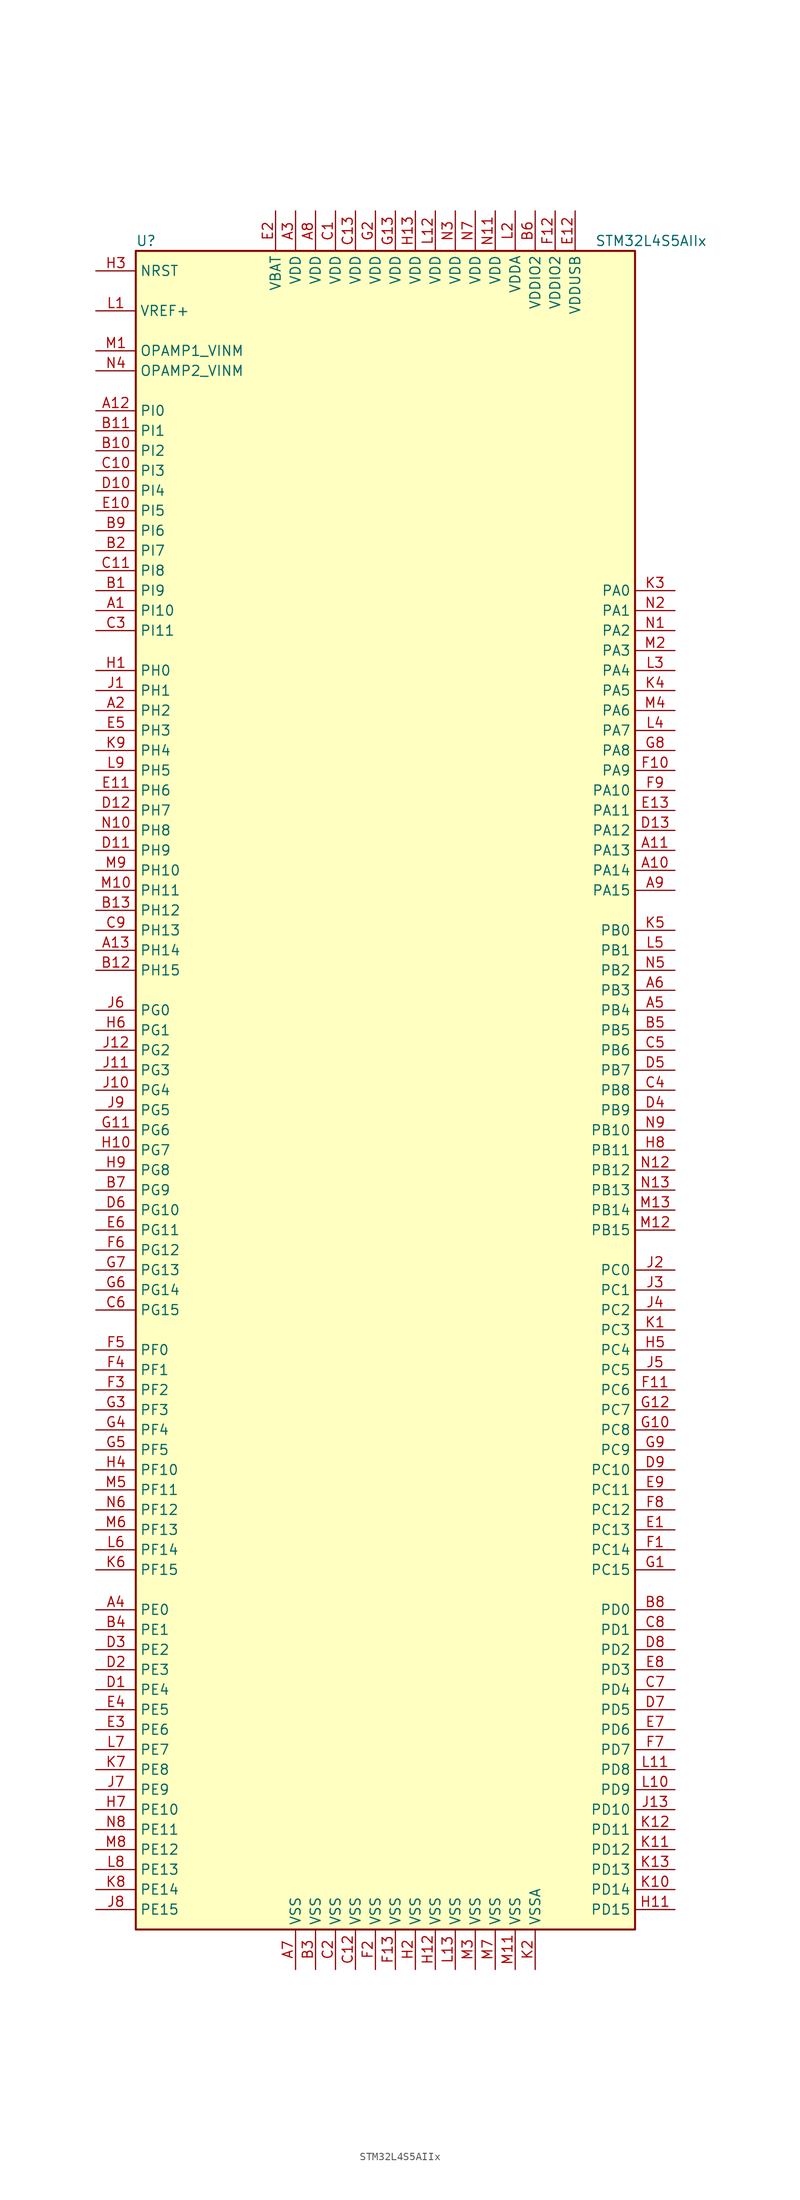
<source format=kicad_sym>
(kicad_symbol_lib
  (version 20201005)
  (generator kicad_symbol_editor)
  (symbol "STM32L4S5AIIx"
    (property "Reference" "U"
      (at -33.02 107.95 0)
      (effects (font (size 1.27 1.27)) (justify left)))
    (property "Value" "STM32L4S5AIIx"
      (at 25.4 107.95 0)
      (effects (font (size 1.27 1.27)) (justify left)))
    (symbol "STM32L4S5AIIx_0_1"
      (rectangle (start -33.02 -106.68) (end 30.48 106.68) (stroke (width 0.254)) (fill (type background))))
    (symbol "STM32L4S5AIIx_1_1"
      (pin bidirectional line (at -38.1 60.96 0) (length 5.08) (name "PI10" (effects (font (size 1.27 1.27)))) (number "A1" (effects (font (size 1.27 1.27)))))
      (pin bidirectional line (at 35.56 27.94 180) (length 5.08) (name "PA14" (effects (font (size 1.27 1.27)))) (number "A10" (effects (font (size 1.27 1.27)))))
      (pin bidirectional line (at 35.56 30.48 180) (length 5.08) (name "PA13" (effects (font (size 1.27 1.27)))) (number "A11" (effects (font (size 1.27 1.27)))))
      (pin bidirectional line (at -38.1 86.36 0) (length 5.08) (name "PI0" (effects (font (size 1.27 1.27)))) (number "A12" (effects (font (size 1.27 1.27)))))
      (pin bidirectional line (at -38.1 17.78 0) (length 5.08) (name "PH14" (effects (font (size 1.27 1.27)))) (number "A13" (effects (font (size 1.27 1.27)))))
      (pin bidirectional line (at -38.1 48.26 0) (length 5.08) (name "PH2" (effects (font (size 1.27 1.27)))) (number "A2" (effects (font (size 1.27 1.27)))))
      (pin power_in line (at -12.7 111.76 270) (length 5.08) (name "VDD" (effects (font (size 1.27 1.27)))) (number "A3" (effects (font (size 1.27 1.27)))))
      (pin bidirectional line (at -38.1 -66.04 0) (length 5.08) (name "PE0" (effects (font (size 1.27 1.27)))) (number "A4" (effects (font (size 1.27 1.27)))))
      (pin bidirectional line (at 35.56 10.16 180) (length 5.08) (name "PB4" (effects (font (size 1.27 1.27)))) (number "A5" (effects (font (size 1.27 1.27)))))
      (pin bidirectional line (at 35.56 12.7 180) (length 5.08) (name "PB3" (effects (font (size 1.27 1.27)))) (number "A6" (effects (font (size 1.27 1.27)))))
      (pin power_in line (at -12.7 -111.76 90) (length 5.08) (name "VSS" (effects (font (size 1.27 1.27)))) (number "A7" (effects (font (size 1.27 1.27)))))
      (pin power_in line (at -10.16 111.76 270) (length 5.08) (name "VDD" (effects (font (size 1.27 1.27)))) (number "A8" (effects (font (size 1.27 1.27)))))
      (pin bidirectional line (at 35.56 25.4 180) (length 5.08) (name "PA15" (effects (font (size 1.27 1.27)))) (number "A9" (effects (font (size 1.27 1.27)))))
      (pin bidirectional line (at -38.1 63.5 0) (length 5.08) (name "PI9" (effects (font (size 1.27 1.27)))) (number "B1" (effects (font (size 1.27 1.27)))))
      (pin bidirectional line (at -38.1 81.28 0) (length 5.08) (name "PI2" (effects (font (size 1.27 1.27)))) (number "B10" (effects (font (size 1.27 1.27)))))
      (pin bidirectional line (at -38.1 83.82 0) (length 5.08) (name "PI1" (effects (font (size 1.27 1.27)))) (number "B11" (effects (font (size 1.27 1.27)))))
      (pin bidirectional line (at -38.1 15.24 0) (length 5.08) (name "PH15" (effects (font (size 1.27 1.27)))) (number "B12" (effects (font (size 1.27 1.27)))))
      (pin bidirectional line (at -38.1 22.86 0) (length 5.08) (name "PH12" (effects (font (size 1.27 1.27)))) (number "B13" (effects (font (size 1.27 1.27)))))
      (pin bidirectional line (at -38.1 68.58 0) (length 5.08) (name "PI7" (effects (font (size 1.27 1.27)))) (number "B2" (effects (font (size 1.27 1.27)))))
      (pin power_in line (at -10.16 -111.76 90) (length 5.08) (name "VSS" (effects (font (size 1.27 1.27)))) (number "B3" (effects (font (size 1.27 1.27)))))
      (pin bidirectional line (at -38.1 -68.58 0) (length 5.08) (name "PE1" (effects (font (size 1.27 1.27)))) (number "B4" (effects (font (size 1.27 1.27)))))
      (pin bidirectional line (at 35.56 7.62 180) (length 5.08) (name "PB5" (effects (font (size 1.27 1.27)))) (number "B5" (effects (font (size 1.27 1.27)))))
      (pin power_in line (at 17.78 111.76 270) (length 5.08) (name "VDDIO2" (effects (font (size 1.27 1.27)))) (number "B6" (effects (font (size 1.27 1.27)))))
      (pin bidirectional line (at -38.1 -12.7 0) (length 5.08) (name "PG9" (effects (font (size 1.27 1.27)))) (number "B7" (effects (font (size 1.27 1.27)))))
      (pin bidirectional line (at 35.56 -66.04 180) (length 5.08) (name "PD0" (effects (font (size 1.27 1.27)))) (number "B8" (effects (font (size 1.27 1.27)))))
      (pin bidirectional line (at -38.1 71.12 0) (length 5.08) (name "PI6" (effects (font (size 1.27 1.27)))) (number "B9" (effects (font (size 1.27 1.27)))))
      (pin power_in line (at -7.62 111.76 270) (length 5.08) (name "VDD" (effects (font (size 1.27 1.27)))) (number "C1" (effects (font (size 1.27 1.27)))))
      (pin bidirectional line (at -38.1 78.74 0) (length 5.08) (name "PI3" (effects (font (size 1.27 1.27)))) (number "C10" (effects (font (size 1.27 1.27)))))
      (pin bidirectional line (at -38.1 66.04 0) (length 5.08) (name "PI8" (effects (font (size 1.27 1.27)))) (number "C11" (effects (font (size 1.27 1.27)))))
      (pin power_in line (at -5.08 -111.76 90) (length 5.08) (name "VSS" (effects (font (size 1.27 1.27)))) (number "C12" (effects (font (size 1.27 1.27)))))
      (pin power_in line (at -5.08 111.76 270) (length 5.08) (name "VDD" (effects (font (size 1.27 1.27)))) (number "C13" (effects (font (size 1.27 1.27)))))
      (pin power_in line (at -7.62 -111.76 90) (length 5.08) (name "VSS" (effects (font (size 1.27 1.27)))) (number "C2" (effects (font (size 1.27 1.27)))))
      (pin bidirectional line (at -38.1 58.42 0) (length 5.08) (name "PI11" (effects (font (size 1.27 1.27)))) (number "C3" (effects (font (size 1.27 1.27)))))
      (pin bidirectional line (at 35.56 0 180) (length 5.08) (name "PB8" (effects (font (size 1.27 1.27)))) (number "C4" (effects (font (size 1.27 1.27)))))
      (pin bidirectional line (at 35.56 5.08 180) (length 5.08) (name "PB6" (effects (font (size 1.27 1.27)))) (number "C5" (effects (font (size 1.27 1.27)))))
      (pin bidirectional line (at -38.1 -27.94 0) (length 5.08) (name "PG15" (effects (font (size 1.27 1.27)))) (number "C6" (effects (font (size 1.27 1.27)))))
      (pin bidirectional line (at 35.56 -76.2 180) (length 5.08) (name "PD4" (effects (font (size 1.27 1.27)))) (number "C7" (effects (font (size 1.27 1.27)))))
      (pin bidirectional line (at 35.56 -68.58 180) (length 5.08) (name "PD1" (effects (font (size 1.27 1.27)))) (number "C8" (effects (font (size 1.27 1.27)))))
      (pin bidirectional line (at -38.1 20.32 0) (length 5.08) (name "PH13" (effects (font (size 1.27 1.27)))) (number "C9" (effects (font (size 1.27 1.27)))))
      (pin bidirectional line (at -38.1 -76.2 0) (length 5.08) (name "PE4" (effects (font (size 1.27 1.27)))) (number "D1" (effects (font (size 1.27 1.27)))))
      (pin bidirectional line (at -38.1 76.2 0) (length 5.08) (name "PI4" (effects (font (size 1.27 1.27)))) (number "D10" (effects (font (size 1.27 1.27)))))
      (pin bidirectional line (at -38.1 30.48 0) (length 5.08) (name "PH9" (effects (font (size 1.27 1.27)))) (number "D11" (effects (font (size 1.27 1.27)))))
      (pin bidirectional line (at -38.1 35.56 0) (length 5.08) (name "PH7" (effects (font (size 1.27 1.27)))) (number "D12" (effects (font (size 1.27 1.27)))))
      (pin bidirectional line (at 35.56 33.02 180) (length 5.08) (name "PA12" (effects (font (size 1.27 1.27)))) (number "D13" (effects (font (size 1.27 1.27)))))
      (pin bidirectional line (at -38.1 -73.66 0) (length 5.08) (name "PE3" (effects (font (size 1.27 1.27)))) (number "D2" (effects (font (size 1.27 1.27)))))
      (pin bidirectional line (at -38.1 -71.12 0) (length 5.08) (name "PE2" (effects (font (size 1.27 1.27)))) (number "D3" (effects (font (size 1.27 1.27)))))
      (pin bidirectional line (at 35.56 -2.54 180) (length 5.08) (name "PB9" (effects (font (size 1.27 1.27)))) (number "D4" (effects (font (size 1.27 1.27)))))
      (pin bidirectional line (at 35.56 2.54 180) (length 5.08) (name "PB7" (effects (font (size 1.27 1.27)))) (number "D5" (effects (font (size 1.27 1.27)))))
      (pin bidirectional line (at -38.1 -15.24 0) (length 5.08) (name "PG10" (effects (font (size 1.27 1.27)))) (number "D6" (effects (font (size 1.27 1.27)))))
      (pin bidirectional line (at 35.56 -78.74 180) (length 5.08) (name "PD5" (effects (font (size 1.27 1.27)))) (number "D7" (effects (font (size 1.27 1.27)))))
      (pin bidirectional line (at 35.56 -71.12 180) (length 5.08) (name "PD2" (effects (font (size 1.27 1.27)))) (number "D8" (effects (font (size 1.27 1.27)))))
      (pin bidirectional line (at 35.56 -48.26 180) (length 5.08) (name "PC10" (effects (font (size 1.27 1.27)))) (number "D9" (effects (font (size 1.27 1.27)))))
      (pin bidirectional line (at 35.56 -55.88 180) (length 5.08) (name "PC13" (effects (font (size 1.27 1.27)))) (number "E1" (effects (font (size 1.27 1.27)))))
      (pin bidirectional line (at -38.1 73.66 0) (length 5.08) (name "PI5" (effects (font (size 1.27 1.27)))) (number "E10" (effects (font (size 1.27 1.27)))))
      (pin bidirectional line (at -38.1 38.1 0) (length 5.08) (name "PH6" (effects (font (size 1.27 1.27)))) (number "E11" (effects (font (size 1.27 1.27)))))
      (pin power_in line (at 22.86 111.76 270) (length 5.08) (name "VDDUSB" (effects (font (size 1.27 1.27)))) (number "E12" (effects (font (size 1.27 1.27)))))
      (pin bidirectional line (at 35.56 35.56 180) (length 5.08) (name "PA11" (effects (font (size 1.27 1.27)))) (number "E13" (effects (font (size 1.27 1.27)))))
      (pin power_in line (at -15.24 111.76 270) (length 5.08) (name "VBAT" (effects (font (size 1.27 1.27)))) (number "E2" (effects (font (size 1.27 1.27)))))
      (pin bidirectional line (at -38.1 -81.28 0) (length 5.08) (name "PE6" (effects (font (size 1.27 1.27)))) (number "E3" (effects (font (size 1.27 1.27)))))
      (pin bidirectional line (at -38.1 -78.74 0) (length 5.08) (name "PE5" (effects (font (size 1.27 1.27)))) (number "E4" (effects (font (size 1.27 1.27)))))
      (pin bidirectional line (at -38.1 45.72 0) (length 5.08) (name "PH3" (effects (font (size 1.27 1.27)))) (number "E5" (effects (font (size 1.27 1.27)))))
      (pin bidirectional line (at -38.1 -17.78 0) (length 5.08) (name "PG11" (effects (font (size 1.27 1.27)))) (number "E6" (effects (font (size 1.27 1.27)))))
      (pin bidirectional line (at 35.56 -81.28 180) (length 5.08) (name "PD6" (effects (font (size 1.27 1.27)))) (number "E7" (effects (font (size 1.27 1.27)))))
      (pin bidirectional line (at 35.56 -73.66 180) (length 5.08) (name "PD3" (effects (font (size 1.27 1.27)))) (number "E8" (effects (font (size 1.27 1.27)))))
      (pin bidirectional line (at 35.56 -50.8 180) (length 5.08) (name "PC11" (effects (font (size 1.27 1.27)))) (number "E9" (effects (font (size 1.27 1.27)))))
      (pin bidirectional line (at 35.56 -58.42 180) (length 5.08) (name "PC14" (effects (font (size 1.27 1.27)))) (number "F1" (effects (font (size 1.27 1.27)))))
      (pin bidirectional line (at 35.56 40.64 180) (length 5.08) (name "PA9" (effects (font (size 1.27 1.27)))) (number "F10" (effects (font (size 1.27 1.27)))))
      (pin bidirectional line (at 35.56 -38.1 180) (length 5.08) (name "PC6" (effects (font (size 1.27 1.27)))) (number "F11" (effects (font (size 1.27 1.27)))))
      (pin power_in line (at 20.32 111.76 270) (length 5.08) (name "VDDIO2" (effects (font (size 1.27 1.27)))) (number "F12" (effects (font (size 1.27 1.27)))))
      (pin power_in line (at 0 -111.76 90) (length 5.08) (name "VSS" (effects (font (size 1.27 1.27)))) (number "F13" (effects (font (size 1.27 1.27)))))
      (pin power_in line (at -2.54 -111.76 90) (length 5.08) (name "VSS" (effects (font (size 1.27 1.27)))) (number "F2" (effects (font (size 1.27 1.27)))))
      (pin bidirectional line (at -38.1 -38.1 0) (length 5.08) (name "PF2" (effects (font (size 1.27 1.27)))) (number "F3" (effects (font (size 1.27 1.27)))))
      (pin bidirectional line (at -38.1 -35.56 0) (length 5.08) (name "PF1" (effects (font (size 1.27 1.27)))) (number "F4" (effects (font (size 1.27 1.27)))))
      (pin bidirectional line (at -38.1 -33.02 0) (length 5.08) (name "PF0" (effects (font (size 1.27 1.27)))) (number "F5" (effects (font (size 1.27 1.27)))))
      (pin bidirectional line (at -38.1 -20.32 0) (length 5.08) (name "PG12" (effects (font (size 1.27 1.27)))) (number "F6" (effects (font (size 1.27 1.27)))))
      (pin bidirectional line (at 35.56 -83.82 180) (length 5.08) (name "PD7" (effects (font (size 1.27 1.27)))) (number "F7" (effects (font (size 1.27 1.27)))))
      (pin bidirectional line (at 35.56 -53.34 180) (length 5.08) (name "PC12" (effects (font (size 1.27 1.27)))) (number "F8" (effects (font (size 1.27 1.27)))))
      (pin bidirectional line (at 35.56 38.1 180) (length 5.08) (name "PA10" (effects (font (size 1.27 1.27)))) (number "F9" (effects (font (size 1.27 1.27)))))
      (pin bidirectional line (at 35.56 -60.96 180) (length 5.08) (name "PC15" (effects (font (size 1.27 1.27)))) (number "G1" (effects (font (size 1.27 1.27)))))
      (pin bidirectional line (at 35.56 -43.18 180) (length 5.08) (name "PC8" (effects (font (size 1.27 1.27)))) (number "G10" (effects (font (size 1.27 1.27)))))
      (pin bidirectional line (at -38.1 -5.08 0) (length 5.08) (name "PG6" (effects (font (size 1.27 1.27)))) (number "G11" (effects (font (size 1.27 1.27)))))
      (pin bidirectional line (at 35.56 -40.64 180) (length 5.08) (name "PC7" (effects (font (size 1.27 1.27)))) (number "G12" (effects (font (size 1.27 1.27)))))
      (pin power_in line (at 0 111.76 270) (length 5.08) (name "VDD" (effects (font (size 1.27 1.27)))) (number "G13" (effects (font (size 1.27 1.27)))))
      (pin power_in line (at -2.54 111.76 270) (length 5.08) (name "VDD" (effects (font (size 1.27 1.27)))) (number "G2" (effects (font (size 1.27 1.27)))))
      (pin bidirectional line (at -38.1 -40.64 0) (length 5.08) (name "PF3" (effects (font (size 1.27 1.27)))) (number "G3" (effects (font (size 1.27 1.27)))))
      (pin bidirectional line (at -38.1 -43.18 0) (length 5.08) (name "PF4" (effects (font (size 1.27 1.27)))) (number "G4" (effects (font (size 1.27 1.27)))))
      (pin bidirectional line (at -38.1 -45.72 0) (length 5.08) (name "PF5" (effects (font (size 1.27 1.27)))) (number "G5" (effects (font (size 1.27 1.27)))))
      (pin bidirectional line (at -38.1 -25.4 0) (length 5.08) (name "PG14" (effects (font (size 1.27 1.27)))) (number "G6" (effects (font (size 1.27 1.27)))))
      (pin bidirectional line (at -38.1 -22.86 0) (length 5.08) (name "PG13" (effects (font (size 1.27 1.27)))) (number "G7" (effects (font (size 1.27 1.27)))))
      (pin bidirectional line (at 35.56 43.18 180) (length 5.08) (name "PA8" (effects (font (size 1.27 1.27)))) (number "G8" (effects (font (size 1.27 1.27)))))
      (pin bidirectional line (at 35.56 -45.72 180) (length 5.08) (name "PC9" (effects (font (size 1.27 1.27)))) (number "G9" (effects (font (size 1.27 1.27)))))
      (pin input line (at -38.1 53.34 0) (length 5.08) (name "PH0" (effects (font (size 1.27 1.27)))) (number "H1" (effects (font (size 1.27 1.27)))))
      (pin bidirectional line (at -38.1 -7.62 0) (length 5.08) (name "PG7" (effects (font (size 1.27 1.27)))) (number "H10" (effects (font (size 1.27 1.27)))))
      (pin bidirectional line (at 35.56 -104.14 180) (length 5.08) (name "PD15" (effects (font (size 1.27 1.27)))) (number "H11" (effects (font (size 1.27 1.27)))))
      (pin power_in line (at 5.08 -111.76 90) (length 5.08) (name "VSS" (effects (font (size 1.27 1.27)))) (number "H12" (effects (font (size 1.27 1.27)))))
      (pin power_in line (at 2.54 111.76 270) (length 5.08) (name "VDD" (effects (font (size 1.27 1.27)))) (number "H13" (effects (font (size 1.27 1.27)))))
      (pin power_in line (at 2.54 -111.76 90) (length 5.08) (name "VSS" (effects (font (size 1.27 1.27)))) (number "H2" (effects (font (size 1.27 1.27)))))
      (pin input line (at -38.1 104.14 0) (length 5.08) (name "NRST" (effects (font (size 1.27 1.27)))) (number "H3" (effects (font (size 1.27 1.27)))))
      (pin bidirectional line (at -38.1 -48.26 0) (length 5.08) (name "PF10" (effects (font (size 1.27 1.27)))) (number "H4" (effects (font (size 1.27 1.27)))))
      (pin bidirectional line (at 35.56 -33.02 180) (length 5.08) (name "PC4" (effects (font (size 1.27 1.27)))) (number "H5" (effects (font (size 1.27 1.27)))))
      (pin bidirectional line (at -38.1 7.62 0) (length 5.08) (name "PG1" (effects (font (size 1.27 1.27)))) (number "H6" (effects (font (size 1.27 1.27)))))
      (pin bidirectional line (at -38.1 -91.44 0) (length 5.08) (name "PE10" (effects (font (size 1.27 1.27)))) (number "H7" (effects (font (size 1.27 1.27)))))
      (pin bidirectional line (at 35.56 -7.62 180) (length 5.08) (name "PB11" (effects (font (size 1.27 1.27)))) (number "H8" (effects (font (size 1.27 1.27)))))
      (pin bidirectional line (at -38.1 -10.16 0) (length 5.08) (name "PG8" (effects (font (size 1.27 1.27)))) (number "H9" (effects (font (size 1.27 1.27)))))
      (pin input line (at -38.1 50.8 0) (length 5.08) (name "PH1" (effects (font (size 1.27 1.27)))) (number "J1" (effects (font (size 1.27 1.27)))))
      (pin bidirectional line (at -38.1 0 0) (length 5.08) (name "PG4" (effects (font (size 1.27 1.27)))) (number "J10" (effects (font (size 1.27 1.27)))))
      (pin bidirectional line (at -38.1 2.54 0) (length 5.08) (name "PG3" (effects (font (size 1.27 1.27)))) (number "J11" (effects (font (size 1.27 1.27)))))
      (pin bidirectional line (at -38.1 5.08 0) (length 5.08) (name "PG2" (effects (font (size 1.27 1.27)))) (number "J12" (effects (font (size 1.27 1.27)))))
      (pin bidirectional line (at 35.56 -91.44 180) (length 5.08) (name "PD10" (effects (font (size 1.27 1.27)))) (number "J13" (effects (font (size 1.27 1.27)))))
      (pin bidirectional line (at 35.56 -22.86 180) (length 5.08) (name "PC0" (effects (font (size 1.27 1.27)))) (number "J2" (effects (font (size 1.27 1.27)))))
      (pin bidirectional line (at 35.56 -25.4 180) (length 5.08) (name "PC1" (effects (font (size 1.27 1.27)))) (number "J3" (effects (font (size 1.27 1.27)))))
      (pin bidirectional line (at 35.56 -27.94 180) (length 5.08) (name "PC2" (effects (font (size 1.27 1.27)))) (number "J4" (effects (font (size 1.27 1.27)))))
      (pin bidirectional line (at 35.56 -35.56 180) (length 5.08) (name "PC5" (effects (font (size 1.27 1.27)))) (number "J5" (effects (font (size 1.27 1.27)))))
      (pin bidirectional line (at -38.1 10.16 0) (length 5.08) (name "PG0" (effects (font (size 1.27 1.27)))) (number "J6" (effects (font (size 1.27 1.27)))))
      (pin bidirectional line (at -38.1 -88.9 0) (length 5.08) (name "PE9" (effects (font (size 1.27 1.27)))) (number "J7" (effects (font (size 1.27 1.27)))))
      (pin bidirectional line (at -38.1 -104.14 0) (length 5.08) (name "PE15" (effects (font (size 1.27 1.27)))) (number "J8" (effects (font (size 1.27 1.27)))))
      (pin bidirectional line (at -38.1 -2.54 0) (length 5.08) (name "PG5" (effects (font (size 1.27 1.27)))) (number "J9" (effects (font (size 1.27 1.27)))))
      (pin bidirectional line (at 35.56 -30.48 180) (length 5.08) (name "PC3" (effects (font (size 1.27 1.27)))) (number "K1" (effects (font (size 1.27 1.27)))))
      (pin bidirectional line (at 35.56 -101.6 180) (length 5.08) (name "PD14" (effects (font (size 1.27 1.27)))) (number "K10" (effects (font (size 1.27 1.27)))))
      (pin bidirectional line (at 35.56 -96.52 180) (length 5.08) (name "PD12" (effects (font (size 1.27 1.27)))) (number "K11" (effects (font (size 1.27 1.27)))))
      (pin bidirectional line (at 35.56 -93.98 180) (length 5.08) (name "PD11" (effects (font (size 1.27 1.27)))) (number "K12" (effects (font (size 1.27 1.27)))))
      (pin bidirectional line (at 35.56 -99.06 180) (length 5.08) (name "PD13" (effects (font (size 1.27 1.27)))) (number "K13" (effects (font (size 1.27 1.27)))))
      (pin power_in line (at 17.78 -111.76 90) (length 5.08) (name "VSSA" (effects (font (size 1.27 1.27)))) (number "K2" (effects (font (size 1.27 1.27)))))
      (pin bidirectional line (at 35.56 63.5 180) (length 5.08) (name "PA0" (effects (font (size 1.27 1.27)))) (number "K3" (effects (font (size 1.27 1.27)))))
      (pin bidirectional line (at 35.56 50.8 180) (length 5.08) (name "PA5" (effects (font (size 1.27 1.27)))) (number "K4" (effects (font (size 1.27 1.27)))))
      (pin bidirectional line (at 35.56 20.32 180) (length 5.08) (name "PB0" (effects (font (size 1.27 1.27)))) (number "K5" (effects (font (size 1.27 1.27)))))
      (pin bidirectional line (at -38.1 -60.96 0) (length 5.08) (name "PF15" (effects (font (size 1.27 1.27)))) (number "K6" (effects (font (size 1.27 1.27)))))
      (pin bidirectional line (at -38.1 -86.36 0) (length 5.08) (name "PE8" (effects (font (size 1.27 1.27)))) (number "K7" (effects (font (size 1.27 1.27)))))
      (pin bidirectional line (at -38.1 -101.6 0) (length 5.08) (name "PE14" (effects (font (size 1.27 1.27)))) (number "K8" (effects (font (size 1.27 1.27)))))
      (pin bidirectional line (at -38.1 43.18 0) (length 5.08) (name "PH4" (effects (font (size 1.27 1.27)))) (number "K9" (effects (font (size 1.27 1.27)))))
      (pin bidirectional line (at -38.1 99.06 0) (length 5.08) (name "VREF+" (effects (font (size 1.27 1.27)))) (number "L1" (effects (font (size 1.27 1.27)))))
      (pin bidirectional line (at 35.56 -88.9 180) (length 5.08) (name "PD9" (effects (font (size 1.27 1.27)))) (number "L10" (effects (font (size 1.27 1.27)))))
      (pin bidirectional line (at 35.56 -86.36 180) (length 5.08) (name "PD8" (effects (font (size 1.27 1.27)))) (number "L11" (effects (font (size 1.27 1.27)))))
      (pin power_in line (at 5.08 111.76 270) (length 5.08) (name "VDD" (effects (font (size 1.27 1.27)))) (number "L12" (effects (font (size 1.27 1.27)))))
      (pin power_in line (at 7.62 -111.76 90) (length 5.08) (name "VSS" (effects (font (size 1.27 1.27)))) (number "L13" (effects (font (size 1.27 1.27)))))
      (pin power_in line (at 15.24 111.76 270) (length 5.08) (name "VDDA" (effects (font (size 1.27 1.27)))) (number "L2" (effects (font (size 1.27 1.27)))))
      (pin bidirectional line (at 35.56 53.34 180) (length 5.08) (name "PA4" (effects (font (size 1.27 1.27)))) (number "L3" (effects (font (size 1.27 1.27)))))
      (pin bidirectional line (at 35.56 45.72 180) (length 5.08) (name "PA7" (effects (font (size 1.27 1.27)))) (number "L4" (effects (font (size 1.27 1.27)))))
      (pin bidirectional line (at 35.56 17.78 180) (length 5.08) (name "PB1" (effects (font (size 1.27 1.27)))) (number "L5" (effects (font (size 1.27 1.27)))))
      (pin bidirectional line (at -38.1 -58.42 0) (length 5.08) (name "PF14" (effects (font (size 1.27 1.27)))) (number "L6" (effects (font (size 1.27 1.27)))))
      (pin bidirectional line (at -38.1 -83.82 0) (length 5.08) (name "PE7" (effects (font (size 1.27 1.27)))) (number "L7" (effects (font (size 1.27 1.27)))))
      (pin bidirectional line (at -38.1 -99.06 0) (length 5.08) (name "PE13" (effects (font (size 1.27 1.27)))) (number "L8" (effects (font (size 1.27 1.27)))))
      (pin bidirectional line (at -38.1 40.64 0) (length 5.08) (name "PH5" (effects (font (size 1.27 1.27)))) (number "L9" (effects (font (size 1.27 1.27)))))
      (pin bidirectional line (at -38.1 93.98 0) (length 5.08) (name "OPAMP1_VINM" (effects (font (size 1.27 1.27)))) (number "M1" (effects (font (size 1.27 1.27)))))
      (pin bidirectional line (at -38.1 25.4 0) (length 5.08) (name "PH11" (effects (font (size 1.27 1.27)))) (number "M10" (effects (font (size 1.27 1.27)))))
      (pin power_in line (at 15.24 -111.76 90) (length 5.08) (name "VSS" (effects (font (size 1.27 1.27)))) (number "M11" (effects (font (size 1.27 1.27)))))
      (pin bidirectional line (at 35.56 -17.78 180) (length 5.08) (name "PB15" (effects (font (size 1.27 1.27)))) (number "M12" (effects (font (size 1.27 1.27)))))
      (pin bidirectional line (at 35.56 -15.24 180) (length 5.08) (name "PB14" (effects (font (size 1.27 1.27)))) (number "M13" (effects (font (size 1.27 1.27)))))
      (pin bidirectional line (at 35.56 55.88 180) (length 5.08) (name "PA3" (effects (font (size 1.27 1.27)))) (number "M2" (effects (font (size 1.27 1.27)))))
      (pin power_in line (at 10.16 -111.76 90) (length 5.08) (name "VSS" (effects (font (size 1.27 1.27)))) (number "M3" (effects (font (size 1.27 1.27)))))
      (pin bidirectional line (at 35.56 48.26 180) (length 5.08) (name "PA6" (effects (font (size 1.27 1.27)))) (number "M4" (effects (font (size 1.27 1.27)))))
      (pin bidirectional line (at -38.1 -50.8 0) (length 5.08) (name "PF11" (effects (font (size 1.27 1.27)))) (number "M5" (effects (font (size 1.27 1.27)))))
      (pin bidirectional line (at -38.1 -55.88 0) (length 5.08) (name "PF13" (effects (font (size 1.27 1.27)))) (number "M6" (effects (font (size 1.27 1.27)))))
      (pin power_in line (at 12.7 -111.76 90) (length 5.08) (name "VSS" (effects (font (size 1.27 1.27)))) (number "M7" (effects (font (size 1.27 1.27)))))
      (pin bidirectional line (at -38.1 -96.52 0) (length 5.08) (name "PE12" (effects (font (size 1.27 1.27)))) (number "M8" (effects (font (size 1.27 1.27)))))
      (pin bidirectional line (at -38.1 27.94 0) (length 5.08) (name "PH10" (effects (font (size 1.27 1.27)))) (number "M9" (effects (font (size 1.27 1.27)))))
      (pin bidirectional line (at 35.56 58.42 180) (length 5.08) (name "PA2" (effects (font (size 1.27 1.27)))) (number "N1" (effects (font (size 1.27 1.27)))))
      (pin bidirectional line (at -38.1 33.02 0) (length 5.08) (name "PH8" (effects (font (size 1.27 1.27)))) (number "N10" (effects (font (size 1.27 1.27)))))
      (pin power_in line (at 12.7 111.76 270) (length 5.08) (name "VDD" (effects (font (size 1.27 1.27)))) (number "N11" (effects (font (size 1.27 1.27)))))
      (pin bidirectional line (at 35.56 -10.16 180) (length 5.08) (name "PB12" (effects (font (size 1.27 1.27)))) (number "N12" (effects (font (size 1.27 1.27)))))
      (pin bidirectional line (at 35.56 -12.7 180) (length 5.08) (name "PB13" (effects (font (size 1.27 1.27)))) (number "N13" (effects (font (size 1.27 1.27)))))
      (pin bidirectional line (at 35.56 60.96 180) (length 5.08) (name "PA1" (effects (font (size 1.27 1.27)))) (number "N2" (effects (font (size 1.27 1.27)))))
      (pin power_in line (at 7.62 111.76 270) (length 5.08) (name "VDD" (effects (font (size 1.27 1.27)))) (number "N3" (effects (font (size 1.27 1.27)))))
      (pin bidirectional line (at -38.1 91.44 0) (length 5.08) (name "OPAMP2_VINM" (effects (font (size 1.27 1.27)))) (number "N4" (effects (font (size 1.27 1.27)))))
      (pin bidirectional line (at 35.56 15.24 180) (length 5.08) (name "PB2" (effects (font (size 1.27 1.27)))) (number "N5" (effects (font (size 1.27 1.27)))))
      (pin bidirectional line (at -38.1 -53.34 0) (length 5.08) (name "PF12" (effects (font (size 1.27 1.27)))) (number "N6" (effects (font (size 1.27 1.27)))))
      (pin power_in line (at 10.16 111.76 270) (length 5.08) (name "VDD" (effects (font (size 1.27 1.27)))) (number "N7" (effects (font (size 1.27 1.27)))))
      (pin bidirectional line (at -38.1 -93.98 0) (length 5.08) (name "PE11" (effects (font (size 1.27 1.27)))) (number "N8" (effects (font (size 1.27 1.27)))))
      (pin bidirectional line (at 35.56 -5.08 180) (length 5.08) (name "PB10" (effects (font (size 1.27 1.27)))) (number "N9" (effects (font (size 1.27 1.27))))))))
</source>
